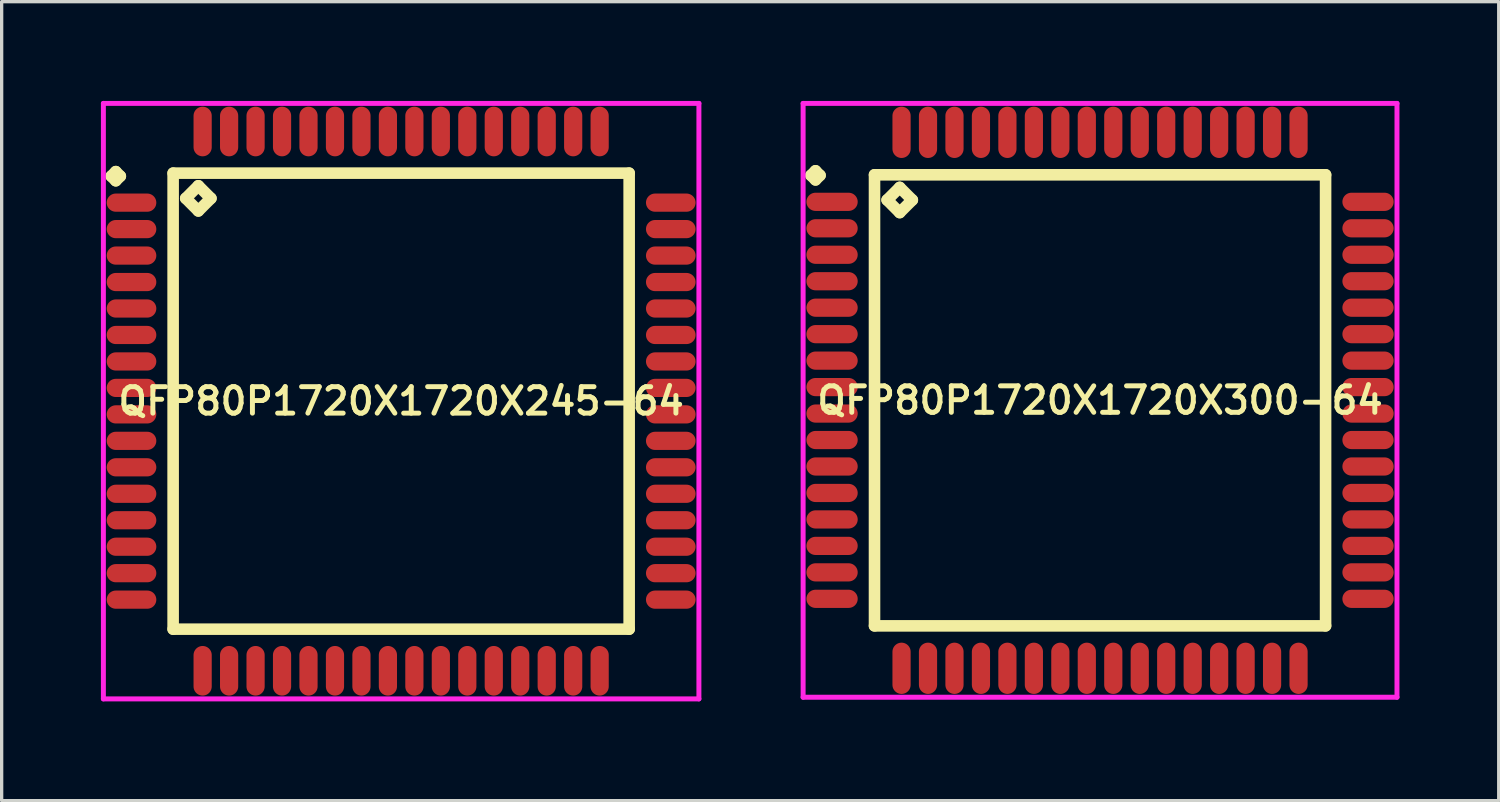
<source format=kicad_pcb>
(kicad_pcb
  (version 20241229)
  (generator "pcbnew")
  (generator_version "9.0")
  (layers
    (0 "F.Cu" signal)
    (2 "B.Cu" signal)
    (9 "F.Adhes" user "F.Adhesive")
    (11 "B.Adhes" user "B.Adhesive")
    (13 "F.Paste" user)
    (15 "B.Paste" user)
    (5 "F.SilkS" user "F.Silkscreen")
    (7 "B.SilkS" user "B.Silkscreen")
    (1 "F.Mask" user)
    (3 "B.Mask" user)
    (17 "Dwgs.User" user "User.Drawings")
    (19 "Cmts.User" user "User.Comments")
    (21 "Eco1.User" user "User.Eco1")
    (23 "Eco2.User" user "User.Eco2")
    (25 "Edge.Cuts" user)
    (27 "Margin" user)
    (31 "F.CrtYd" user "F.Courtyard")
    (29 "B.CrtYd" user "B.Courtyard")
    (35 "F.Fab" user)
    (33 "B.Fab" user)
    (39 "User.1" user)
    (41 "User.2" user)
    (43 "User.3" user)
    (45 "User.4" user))
  (footprint "QFP80P1720X1720X245-64"
    (layer "F.Cu")
    (at 9.075 9.075)
    (property "Reference" "QFP80P1720X1720X245-64" (at 0 0 0) (layer "F.SilkS") (effects (font (size 0.8 0.8) (thickness 0.15))))
    (attr smd)
    (fp_line (start -8.762 -6.8) (end -8.625 -6.938) (stroke (width 0.35) (type solid)) (layer "F.SilkS"))
    (fp_line (start -8.625 -6.938) (end -8.488 -6.8) (stroke (width 0.35) (type solid)) (layer "F.SilkS"))
    (fp_line (start -8.625 -6.662) (end -8.762 -6.8) (stroke (width 0.35) (type solid)) (layer "F.SilkS"))
    (fp_line (start -8.488 -6.8) (end -8.625 -6.662) (stroke (width 0.35) (type solid)) (layer "F.SilkS"))
    (fp_line (start -6.892 -6.892) (end -6.892 6.892) (stroke (width 0.35) (type solid)) (layer "F.SilkS"))
    (fp_line (start -6.892 6.892) (end 6.892 6.892) (stroke (width 0.35) (type solid)) (layer "F.SilkS"))
    (fp_line (start -6.511 -6.13) (end -6.13 -6.511) (stroke (width 0.35) (type solid)) (layer "F.SilkS"))
    (fp_line (start -6.13 -6.511) (end -5.749 -6.13) (stroke (width 0.35) (type solid)) (layer "F.SilkS"))
    (fp_line (start -6.13 -5.749) (end -6.511 -6.13) (stroke (width 0.35) (type solid)) (layer "F.SilkS"))
    (fp_line (start -5.749 -6.13) (end -6.13 -5.749) (stroke (width 0.35) (type solid)) (layer "F.SilkS"))
    (fp_line (start 6.892 -6.892) (end -6.892 -6.892) (stroke (width 0.35) (type solid)) (layer "F.SilkS"))
    (fp_line (start 6.892 6.892) (end 6.892 -6.892) (stroke (width 0.35) (type solid)) (layer "F.SilkS"))
    (fp_line (start -9 -9) (end 9 -9) (stroke (width 0.15) (type solid)) (layer "F.CrtYd"))
    (fp_line (start -9 9) (end -9 -9) (stroke (width 0.15) (type solid)) (layer "F.CrtYd"))
    (fp_line (start 9 -9) (end 9 9) (stroke (width 0.15) (type solid)) (layer "F.CrtYd"))
    (fp_line (start 9 9) (end -9 9) (stroke (width 0.15) (type solid)) (layer "F.CrtYd"))
    (pad "1" smd oval (at -8.15 -6) (size 1.5 0.55) (layers "F.Cu" "F.Mask" "F.Paste"))
    (pad "2" smd oval (at -8.15 -5.2) (size 1.5 0.55) (layers "F.Cu" "F.Mask" "F.Paste"))
    (pad "3" smd oval (at -8.15 -4.4) (size 1.5 0.55) (layers "F.Cu" "F.Mask" "F.Paste"))
    (pad "4" smd oval (at -8.15 -3.6) (size 1.5 0.55) (layers "F.Cu" "F.Mask" "F.Paste"))
    (pad "5" smd oval (at -8.15 -2.8) (size 1.5 0.55) (layers "F.Cu" "F.Mask" "F.Paste"))
    (pad "6" smd oval (at -8.15 -2) (size 1.5 0.55) (layers "F.Cu" "F.Mask" "F.Paste"))
    (pad "7" smd oval (at -8.15 -1.2) (size 1.5 0.55) (layers "F.Cu" "F.Mask" "F.Paste"))
    (pad "8" smd oval (at -8.15 -0.4) (size 1.5 0.55) (layers "F.Cu" "F.Mask" "F.Paste"))
    (pad "9" smd oval (at -8.15 0.4) (size 1.5 0.55) (layers "F.Cu" "F.Mask" "F.Paste"))
    (pad "10" smd oval (at -8.15 1.2) (size 1.5 0.55) (layers "F.Cu" "F.Mask" "F.Paste"))
    (pad "11" smd oval (at -8.15 2) (size 1.5 0.55) (layers "F.Cu" "F.Mask" "F.Paste"))
    (pad "12" smd oval (at -8.15 2.8) (size 1.5 0.55) (layers "F.Cu" "F.Mask" "F.Paste"))
    (pad "13" smd oval (at -8.15 3.6) (size 1.5 0.55) (layers "F.Cu" "F.Mask" "F.Paste"))
    (pad "14" smd oval (at -8.15 4.4) (size 1.5 0.55) (layers "F.Cu" "F.Mask" "F.Paste"))
    (pad "15" smd oval (at -8.15 5.2) (size 1.5 0.55) (layers "F.Cu" "F.Mask" "F.Paste"))
    (pad "16" smd oval (at -8.15 6) (size 1.5 0.55) (layers "F.Cu" "F.Mask" "F.Paste"))
    (pad "17" smd oval (at -6 8.15) (size 0.55 1.5) (layers "F.Cu" "F.Mask" "F.Paste"))
    (pad "18" smd oval (at -5.2 8.15) (size 0.55 1.5) (layers "F.Cu" "F.Mask" "F.Paste"))
    (pad "19" smd oval (at -4.4 8.15) (size 0.55 1.5) (layers "F.Cu" "F.Mask" "F.Paste"))
    (pad "20" smd oval (at -3.6 8.15) (size 0.55 1.5) (layers "F.Cu" "F.Mask" "F.Paste"))
    (pad "21" smd oval (at -2.8 8.15) (size 0.55 1.5) (layers "F.Cu" "F.Mask" "F.Paste"))
    (pad "22" smd oval (at -2 8.15) (size 0.55 1.5) (layers "F.Cu" "F.Mask" "F.Paste"))
    (pad "23" smd oval (at -1.2 8.15) (size 0.55 1.5) (layers "F.Cu" "F.Mask" "F.Paste"))
    (pad "24" smd oval (at -0.4 8.15) (size 0.55 1.5) (layers "F.Cu" "F.Mask" "F.Paste"))
    (pad "25" smd oval (at 0.4 8.15) (size 0.55 1.5) (layers "F.Cu" "F.Mask" "F.Paste"))
    (pad "26" smd oval (at 1.2 8.15) (size 0.55 1.5) (layers "F.Cu" "F.Mask" "F.Paste"))
    (pad "27" smd oval (at 2 8.15) (size 0.55 1.5) (layers "F.Cu" "F.Mask" "F.Paste"))
    (pad "28" smd oval (at 2.8 8.15) (size 0.55 1.5) (layers "F.Cu" "F.Mask" "F.Paste"))
    (pad "29" smd oval (at 3.6 8.15) (size 0.55 1.5) (layers "F.Cu" "F.Mask" "F.Paste"))
    (pad "30" smd oval (at 4.4 8.15) (size 0.55 1.5) (layers "F.Cu" "F.Mask" "F.Paste"))
    (pad "31" smd oval (at 5.2 8.15) (size 0.55 1.5) (layers "F.Cu" "F.Mask" "F.Paste"))
    (pad "32" smd oval (at 6 8.15) (size 0.55 1.5) (layers "F.Cu" "F.Mask" "F.Paste"))
    (pad "33" smd oval (at 8.15 6) (size 1.5 0.55) (layers "F.Cu" "F.Mask" "F.Paste"))
    (pad "34" smd oval (at 8.15 5.2) (size 1.5 0.55) (layers "F.Cu" "F.Mask" "F.Paste"))
    (pad "35" smd oval (at 8.15 4.4) (size 1.5 0.55) (layers "F.Cu" "F.Mask" "F.Paste"))
    (pad "36" smd oval (at 8.15 3.6) (size 1.5 0.55) (layers "F.Cu" "F.Mask" "F.Paste"))
    (pad "37" smd oval (at 8.15 2.8) (size 1.5 0.55) (layers "F.Cu" "F.Mask" "F.Paste"))
    (pad "38" smd oval (at 8.15 2) (size 1.5 0.55) (layers "F.Cu" "F.Mask" "F.Paste"))
    (pad "39" smd oval (at 8.15 1.2) (size 1.5 0.55) (layers "F.Cu" "F.Mask" "F.Paste"))
    (pad "40" smd oval (at 8.15 0.4) (size 1.5 0.55) (layers "F.Cu" "F.Mask" "F.Paste"))
    (pad "41" smd oval (at 8.15 -0.4) (size 1.5 0.55) (layers "F.Cu" "F.Mask" "F.Paste"))
    (pad "42" smd oval (at 8.15 -1.2) (size 1.5 0.55) (layers "F.Cu" "F.Mask" "F.Paste"))
    (pad "43" smd oval (at 8.15 -2) (size 1.5 0.55) (layers "F.Cu" "F.Mask" "F.Paste"))
    (pad "44" smd oval (at 8.15 -2.8) (size 1.5 0.55) (layers "F.Cu" "F.Mask" "F.Paste"))
    (pad "45" smd oval (at 8.15 -3.6) (size 1.5 0.55) (layers "F.Cu" "F.Mask" "F.Paste"))
    (pad "46" smd oval (at 8.15 -4.4) (size 1.5 0.55) (layers "F.Cu" "F.Mask" "F.Paste"))
    (pad "47" smd oval (at 8.15 -5.2) (size 1.5 0.55) (layers "F.Cu" "F.Mask" "F.Paste"))
    (pad "48" smd oval (at 8.15 -6) (size 1.5 0.55) (layers "F.Cu" "F.Mask" "F.Paste"))
    (pad "49" smd oval (at 6 -8.15) (size 0.55 1.5) (layers "F.Cu" "F.Mask" "F.Paste"))
    (pad "50" smd oval (at 5.2 -8.15) (size 0.55 1.5) (layers "F.Cu" "F.Mask" "F.Paste"))
    (pad "51" smd oval (at 4.4 -8.15) (size 0.55 1.5) (layers "F.Cu" "F.Mask" "F.Paste"))
    (pad "52" smd oval (at 3.6 -8.15) (size 0.55 1.5) (layers "F.Cu" "F.Mask" "F.Paste"))
    (pad "53" smd oval (at 2.8 -8.15) (size 0.55 1.5) (layers "F.Cu" "F.Mask" "F.Paste"))
    (pad "54" smd oval (at 2 -8.15) (size 0.55 1.5) (layers "F.Cu" "F.Mask" "F.Paste"))
    (pad "55" smd oval (at 1.2 -8.15) (size 0.55 1.5) (layers "F.Cu" "F.Mask" "F.Paste"))
    (pad "56" smd oval (at 0.4 -8.15) (size 0.55 1.5) (layers "F.Cu" "F.Mask" "F.Paste"))
    (pad "57" smd oval (at -0.4 -8.15) (size 0.55 1.5) (layers "F.Cu" "F.Mask" "F.Paste"))
    (pad "58" smd oval (at -1.2 -8.15) (size 0.55 1.5) (layers "F.Cu" "F.Mask" "F.Paste"))
    (pad "59" smd oval (at -2 -8.15) (size 0.55 1.5) (layers "F.Cu" "F.Mask" "F.Paste"))
    (pad "60" smd oval (at -2.8 -8.15) (size 0.55 1.5) (layers "F.Cu" "F.Mask" "F.Paste"))
    (pad "61" smd oval (at -3.6 -8.15) (size 0.55 1.5) (layers "F.Cu" "F.Mask" "F.Paste"))
    (pad "62" smd oval (at -4.4 -8.15) (size 0.55 1.5) (layers "F.Cu" "F.Mask" "F.Paste"))
    (pad "63" smd oval (at -5.2 -8.15) (size 0.55 1.5) (layers "F.Cu" "F.Mask" "F.Paste"))
    (pad "64" smd oval (at -6 -8.15) (size 0.55 1.5) (layers "F.Cu" "F.Mask" "F.Paste")))
  (footprint "QFP80P1720X1720X300-64"
    (layer "F.Cu")
    (at 30.2 9.05)
    (property "Reference" "QFP80P1720X1720X300-64" (at 0 0 0) (layer "F.SilkS") (effects (font (size 0.8 0.8) (thickness 0.15))))
    (attr smd)
    (fp_line (start -8.738 -6.8) (end -8.6 -6.938) (stroke (width 0.35) (type solid)) (layer "F.SilkS"))
    (fp_line (start -8.6 -6.938) (end -8.463 -6.8) (stroke (width 0.35) (type solid)) (layer "F.SilkS"))
    (fp_line (start -8.6 -6.662) (end -8.738 -6.8) (stroke (width 0.35) (type solid)) (layer "F.SilkS"))
    (fp_line (start -8.463 -6.8) (end -8.6 -6.662) (stroke (width 0.35) (type solid)) (layer "F.SilkS"))
    (fp_line (start -6.817 -6.817) (end -6.817 6.817) (stroke (width 0.35) (type solid)) (layer "F.SilkS"))
    (fp_line (start -6.817 6.817) (end 6.817 6.817) (stroke (width 0.35) (type solid)) (layer "F.SilkS"))
    (fp_line (start -6.436 -6.055) (end -6.055 -6.436) (stroke (width 0.35) (type solid)) (layer "F.SilkS"))
    (fp_line (start -6.055 -6.436) (end -5.674 -6.055) (stroke (width 0.35) (type solid)) (layer "F.SilkS"))
    (fp_line (start -6.055 -5.674) (end -6.436 -6.055) (stroke (width 0.35) (type solid)) (layer "F.SilkS"))
    (fp_line (start -5.674 -6.055) (end -6.055 -5.674) (stroke (width 0.35) (type solid)) (layer "F.SilkS"))
    (fp_line (start 6.817 -6.817) (end -6.817 -6.817) (stroke (width 0.35) (type solid)) (layer "F.SilkS"))
    (fp_line (start 6.817 6.817) (end 6.817 -6.817) (stroke (width 0.35) (type solid)) (layer "F.SilkS"))
    (fp_line (start -8.975 -8.975) (end 8.975 -8.975) (stroke (width 0.15) (type solid)) (layer "F.CrtYd"))
    (fp_line (start -8.975 8.975) (end -8.975 -8.975) (stroke (width 0.15) (type solid)) (layer "F.CrtYd"))
    (fp_line (start 8.975 -8.975) (end 8.975 8.975) (stroke (width 0.15) (type solid)) (layer "F.CrtYd"))
    (fp_line (start 8.975 8.975) (end -8.975 8.975) (stroke (width 0.15) (type solid)) (layer "F.CrtYd"))
    (pad "1" smd oval (at -8.1 -6) (size 1.55 0.55) (layers "F.Cu" "F.Mask" "F.Paste"))
    (pad "2" smd oval (at -8.1 -5.2) (size 1.55 0.55) (layers "F.Cu" "F.Mask" "F.Paste"))
    (pad "3" smd oval (at -8.1 -4.4) (size 1.55 0.55) (layers "F.Cu" "F.Mask" "F.Paste"))
    (pad "4" smd oval (at -8.1 -3.6) (size 1.55 0.55) (layers "F.Cu" "F.Mask" "F.Paste"))
    (pad "5" smd oval (at -8.1 -2.8) (size 1.55 0.55) (layers "F.Cu" "F.Mask" "F.Paste"))
    (pad "6" smd oval (at -8.1 -2) (size 1.55 0.55) (layers "F.Cu" "F.Mask" "F.Paste"))
    (pad "7" smd oval (at -8.1 -1.2) (size 1.55 0.55) (layers "F.Cu" "F.Mask" "F.Paste"))
    (pad "8" smd oval (at -8.1 -0.4) (size 1.55 0.55) (layers "F.Cu" "F.Mask" "F.Paste"))
    (pad "9" smd oval (at -8.1 0.4) (size 1.55 0.55) (layers "F.Cu" "F.Mask" "F.Paste"))
    (pad "10" smd oval (at -8.1 1.2) (size 1.55 0.55) (layers "F.Cu" "F.Mask" "F.Paste"))
    (pad "11" smd oval (at -8.1 2) (size 1.55 0.55) (layers "F.Cu" "F.Mask" "F.Paste"))
    (pad "12" smd oval (at -8.1 2.8) (size 1.55 0.55) (layers "F.Cu" "F.Mask" "F.Paste"))
    (pad "13" smd oval (at -8.1 3.6) (size 1.55 0.55) (layers "F.Cu" "F.Mask" "F.Paste"))
    (pad "14" smd oval (at -8.1 4.4) (size 1.55 0.55) (layers "F.Cu" "F.Mask" "F.Paste"))
    (pad "15" smd oval (at -8.1 5.2) (size 1.55 0.55) (layers "F.Cu" "F.Mask" "F.Paste"))
    (pad "16" smd oval (at -8.1 6) (size 1.55 0.55) (layers "F.Cu" "F.Mask" "F.Paste"))
    (pad "17" smd oval (at -6 8.1) (size 0.55 1.55) (layers "F.Cu" "F.Mask" "F.Paste"))
    (pad "18" smd oval (at -5.2 8.1) (size 0.55 1.55) (layers "F.Cu" "F.Mask" "F.Paste"))
    (pad "19" smd oval (at -4.4 8.1) (size 0.55 1.55) (layers "F.Cu" "F.Mask" "F.Paste"))
    (pad "20" smd oval (at -3.6 8.1) (size 0.55 1.55) (layers "F.Cu" "F.Mask" "F.Paste"))
    (pad "21" smd oval (at -2.8 8.1) (size 0.55 1.55) (layers "F.Cu" "F.Mask" "F.Paste"))
    (pad "22" smd oval (at -2 8.1) (size 0.55 1.55) (layers "F.Cu" "F.Mask" "F.Paste"))
    (pad "23" smd oval (at -1.2 8.1) (size 0.55 1.55) (layers "F.Cu" "F.Mask" "F.Paste"))
    (pad "24" smd oval (at -0.4 8.1) (size 0.55 1.55) (layers "F.Cu" "F.Mask" "F.Paste"))
    (pad "25" smd oval (at 0.4 8.1) (size 0.55 1.55) (layers "F.Cu" "F.Mask" "F.Paste"))
    (pad "26" smd oval (at 1.2 8.1) (size 0.55 1.55) (layers "F.Cu" "F.Mask" "F.Paste"))
    (pad "27" smd oval (at 2 8.1) (size 0.55 1.55) (layers "F.Cu" "F.Mask" "F.Paste"))
    (pad "28" smd oval (at 2.8 8.1) (size 0.55 1.55) (layers "F.Cu" "F.Mask" "F.Paste"))
    (pad "29" smd oval (at 3.6 8.1) (size 0.55 1.55) (layers "F.Cu" "F.Mask" "F.Paste"))
    (pad "30" smd oval (at 4.4 8.1) (size 0.55 1.55) (layers "F.Cu" "F.Mask" "F.Paste"))
    (pad "31" smd oval (at 5.2 8.1) (size 0.55 1.55) (layers "F.Cu" "F.Mask" "F.Paste"))
    (pad "32" smd oval (at 6 8.1) (size 0.55 1.55) (layers "F.Cu" "F.Mask" "F.Paste"))
    (pad "33" smd oval (at 8.1 6) (size 1.55 0.55) (layers "F.Cu" "F.Mask" "F.Paste"))
    (pad "34" smd oval (at 8.1 5.2) (size 1.55 0.55) (layers "F.Cu" "F.Mask" "F.Paste"))
    (pad "35" smd oval (at 8.1 4.4) (size 1.55 0.55) (layers "F.Cu" "F.Mask" "F.Paste"))
    (pad "36" smd oval (at 8.1 3.6) (size 1.55 0.55) (layers "F.Cu" "F.Mask" "F.Paste"))
    (pad "37" smd oval (at 8.1 2.8) (size 1.55 0.55) (layers "F.Cu" "F.Mask" "F.Paste"))
    (pad "38" smd oval (at 8.1 2) (size 1.55 0.55) (layers "F.Cu" "F.Mask" "F.Paste"))
    (pad "39" smd oval (at 8.1 1.2) (size 1.55 0.55) (layers "F.Cu" "F.Mask" "F.Paste"))
    (pad "40" smd oval (at 8.1 0.4) (size 1.55 0.55) (layers "F.Cu" "F.Mask" "F.Paste"))
    (pad "41" smd oval (at 8.1 -0.4) (size 1.55 0.55) (layers "F.Cu" "F.Mask" "F.Paste"))
    (pad "42" smd oval (at 8.1 -1.2) (size 1.55 0.55) (layers "F.Cu" "F.Mask" "F.Paste"))
    (pad "43" smd oval (at 8.1 -2) (size 1.55 0.55) (layers "F.Cu" "F.Mask" "F.Paste"))
    (pad "44" smd oval (at 8.1 -2.8) (size 1.55 0.55) (layers "F.Cu" "F.Mask" "F.Paste"))
    (pad "45" smd oval (at 8.1 -3.6) (size 1.55 0.55) (layers "F.Cu" "F.Mask" "F.Paste"))
    (pad "46" smd oval (at 8.1 -4.4) (size 1.55 0.55) (layers "F.Cu" "F.Mask" "F.Paste"))
    (pad "47" smd oval (at 8.1 -5.2) (size 1.55 0.55) (layers "F.Cu" "F.Mask" "F.Paste"))
    (pad "48" smd oval (at 8.1 -6) (size 1.55 0.55) (layers "F.Cu" "F.Mask" "F.Paste"))
    (pad "49" smd oval (at 6 -8.1) (size 0.55 1.55) (layers "F.Cu" "F.Mask" "F.Paste"))
    (pad "50" smd oval (at 5.2 -8.1) (size 0.55 1.55) (layers "F.Cu" "F.Mask" "F.Paste"))
    (pad "51" smd oval (at 4.4 -8.1) (size 0.55 1.55) (layers "F.Cu" "F.Mask" "F.Paste"))
    (pad "52" smd oval (at 3.6 -8.1) (size 0.55 1.55) (layers "F.Cu" "F.Mask" "F.Paste"))
    (pad "53" smd oval (at 2.8 -8.1) (size 0.55 1.55) (layers "F.Cu" "F.Mask" "F.Paste"))
    (pad "54" smd oval (at 2 -8.1) (size 0.55 1.55) (layers "F.Cu" "F.Mask" "F.Paste"))
    (pad "55" smd oval (at 1.2 -8.1) (size 0.55 1.55) (layers "F.Cu" "F.Mask" "F.Paste"))
    (pad "56" smd oval (at 0.4 -8.1) (size 0.55 1.55) (layers "F.Cu" "F.Mask" "F.Paste"))
    (pad "57" smd oval (at -0.4 -8.1) (size 0.55 1.55) (layers "F.Cu" "F.Mask" "F.Paste"))
    (pad "58" smd oval (at -1.2 -8.1) (size 0.55 1.55) (layers "F.Cu" "F.Mask" "F.Paste"))
    (pad "59" smd oval (at -2 -8.1) (size 0.55 1.55) (layers "F.Cu" "F.Mask" "F.Paste"))
    (pad "60" smd oval (at -2.8 -8.1) (size 0.55 1.55) (layers "F.Cu" "F.Mask" "F.Paste"))
    (pad "61" smd oval (at -3.6 -8.1) (size 0.55 1.55) (layers "F.Cu" "F.Mask" "F.Paste"))
    (pad "62" smd oval (at -4.4 -8.1) (size 0.55 1.55) (layers "F.Cu" "F.Mask" "F.Paste"))
    (pad "63" smd oval (at -5.2 -8.1) (size 0.55 1.55) (layers "F.Cu" "F.Mask" "F.Paste"))
    (pad "64" smd oval (at -6 -8.1) (size 0.55 1.55) (layers "F.Cu" "F.Mask" "F.Paste")))
  (gr_rect
    (start -3 -3)
    (end 42.25 21.15)
    (stroke (width 0.1) (type default))
    (fill no)
    (layer "Edge.Cuts")))
</source>
